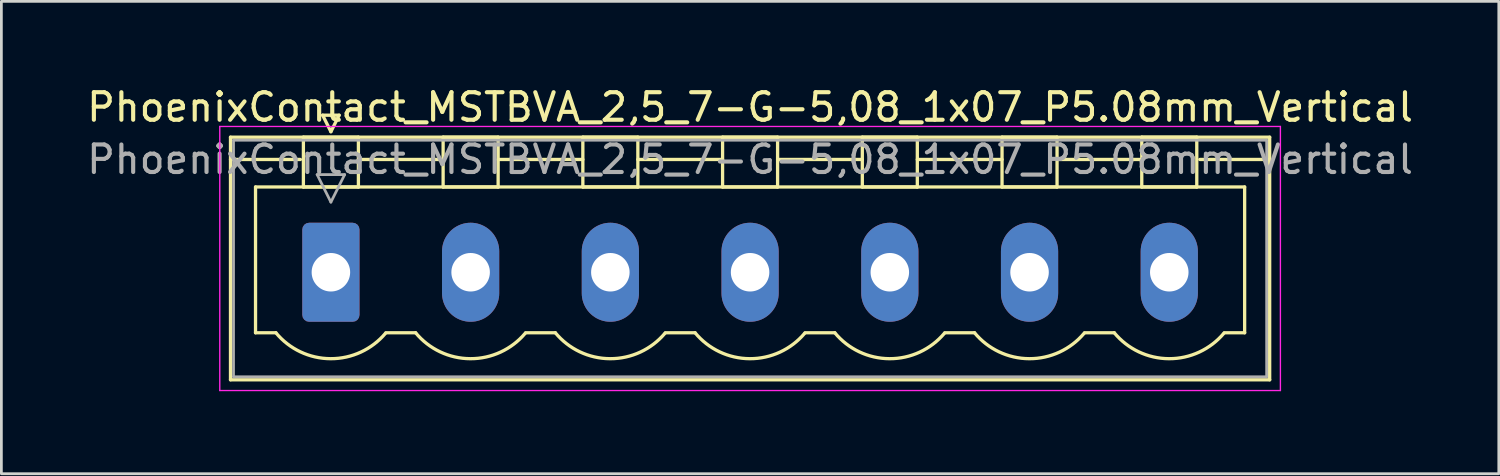
<source format=kicad_pcb>
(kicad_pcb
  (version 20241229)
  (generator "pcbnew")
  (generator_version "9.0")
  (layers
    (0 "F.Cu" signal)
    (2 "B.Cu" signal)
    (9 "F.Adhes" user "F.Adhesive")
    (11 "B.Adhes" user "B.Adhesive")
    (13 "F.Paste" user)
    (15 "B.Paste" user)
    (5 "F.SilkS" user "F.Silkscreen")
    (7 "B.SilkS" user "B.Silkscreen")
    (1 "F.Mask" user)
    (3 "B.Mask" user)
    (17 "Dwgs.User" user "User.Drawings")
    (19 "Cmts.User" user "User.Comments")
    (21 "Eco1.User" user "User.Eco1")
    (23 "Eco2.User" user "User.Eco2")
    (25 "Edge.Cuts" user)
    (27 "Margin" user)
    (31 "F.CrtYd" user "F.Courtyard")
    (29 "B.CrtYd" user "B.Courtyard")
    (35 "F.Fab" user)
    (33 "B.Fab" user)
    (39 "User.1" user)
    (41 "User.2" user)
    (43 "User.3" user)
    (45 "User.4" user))
  (footprint "PhoenixContact_MSTBVA_2,5_7-G-5,08_1x07_P5.08mm_Vertical"
    (layer "F.Cu")
    (at 8.98 6.848)
    (property "Reference" "PhoenixContact_MSTBVA_2,5_7-G-5,08_1x07_P5.08mm_Vertical" (at 15.24 -6 0) (layer "F.SilkS") (effects (font (size 1 1) (thickness 0.15))))
    (attr through_hole)
    (fp_line (start -3.65 -4.91) (end -3.65 3.91) (stroke (width 0.12) (type solid)) (layer "F.SilkS"))
    (fp_line (start -3.65 -4.1) (end -1.11 -4.1) (stroke (width 0.12) (type solid)) (layer "F.SilkS"))
    (fp_line (start -3.65 3.91) (end 34.13 3.91) (stroke (width 0.12) (type solid)) (layer "F.SilkS"))
    (fp_line (start -2.74 -3.1) (end 33.22 -3.1) (stroke (width 0.12) (type solid)) (layer "F.SilkS"))
    (fp_line (start -2.74 2.2) (end -2.74 -3.1) (stroke (width 0.12) (type solid)) (layer "F.SilkS"))
    (fp_line (start -2 2.2) (end -2.74 2.2) (stroke (width 0.12) (type solid)) (layer "F.SilkS"))
    (fp_line (start -1 -4.91) (end 1 -4.91) (stroke (width 0.12) (type solid)) (layer "F.SilkS"))
    (fp_line (start -1 -3.1) (end -1 -4.91) (stroke (width 0.12) (type solid)) (layer "F.SilkS"))
    (fp_line (start -0.3 -5.71) (end 0.3 -5.71) (stroke (width 0.12) (type solid)) (layer "F.SilkS"))
    (fp_line (start 0 -5.11) (end -0.3 -5.71) (stroke (width 0.12) (type solid)) (layer "F.SilkS"))
    (fp_line (start 0.3 -5.71) (end 0 -5.11) (stroke (width 0.12) (type solid)) (layer "F.SilkS"))
    (fp_line (start 1 -4.91) (end 1 -3.1) (stroke (width 0.12) (type solid)) (layer "F.SilkS"))
    (fp_line (start 1 -4.1) (end 4.08 -4.1) (stroke (width 0.12) (type solid)) (layer "F.SilkS"))
    (fp_line (start 1 -3.1) (end -1 -3.1) (stroke (width 0.12) (type solid)) (layer "F.SilkS"))
    (fp_line (start 2 2.2) (end 3.08 2.2) (stroke (width 0.12) (type solid)) (layer "F.SilkS"))
    (fp_line (start 4.08 -4.91) (end 6.08 -4.91) (stroke (width 0.12) (type solid)) (layer "F.SilkS"))
    (fp_line (start 4.08 -3.1) (end 4.08 -4.91) (stroke (width 0.12) (type solid)) (layer "F.SilkS"))
    (fp_line (start 6.08 -4.91) (end 6.08 -3.1) (stroke (width 0.12) (type solid)) (layer "F.SilkS"))
    (fp_line (start 6.08 -4.1) (end 9.16 -4.1) (stroke (width 0.12) (type solid)) (layer "F.SilkS"))
    (fp_line (start 6.08 -3.1) (end 4.08 -3.1) (stroke (width 0.12) (type solid)) (layer "F.SilkS"))
    (fp_line (start 7.08 2.2) (end 8.16 2.2) (stroke (width 0.12) (type solid)) (layer "F.SilkS"))
    (fp_line (start 9.16 -4.91) (end 11.16 -4.91) (stroke (width 0.12) (type solid)) (layer "F.SilkS"))
    (fp_line (start 9.16 -3.1) (end 9.16 -4.91) (stroke (width 0.12) (type solid)) (layer "F.SilkS"))
    (fp_line (start 11.16 -4.91) (end 11.16 -3.1) (stroke (width 0.12) (type solid)) (layer "F.SilkS"))
    (fp_line (start 11.16 -4.1) (end 14.24 -4.1) (stroke (width 0.12) (type solid)) (layer "F.SilkS"))
    (fp_line (start 11.16 -3.1) (end 9.16 -3.1) (stroke (width 0.12) (type solid)) (layer "F.SilkS"))
    (fp_line (start 12.16 2.2) (end 13.24 2.2) (stroke (width 0.12) (type solid)) (layer "F.SilkS"))
    (fp_line (start 14.24 -4.91) (end 16.24 -4.91) (stroke (width 0.12) (type solid)) (layer "F.SilkS"))
    (fp_line (start 14.24 -3.1) (end 14.24 -4.91) (stroke (width 0.12) (type solid)) (layer "F.SilkS"))
    (fp_line (start 16.24 -4.91) (end 16.24 -3.1) (stroke (width 0.12) (type solid)) (layer "F.SilkS"))
    (fp_line (start 16.24 -4.1) (end 19.32 -4.1) (stroke (width 0.12) (type solid)) (layer "F.SilkS"))
    (fp_line (start 16.24 -3.1) (end 14.24 -3.1) (stroke (width 0.12) (type solid)) (layer "F.SilkS"))
    (fp_line (start 17.24 2.2) (end 18.32 2.2) (stroke (width 0.12) (type solid)) (layer "F.SilkS"))
    (fp_line (start 19.32 -4.91) (end 21.32 -4.91) (stroke (width 0.12) (type solid)) (layer "F.SilkS"))
    (fp_line (start 19.32 -3.1) (end 19.32 -4.91) (stroke (width 0.12) (type solid)) (layer "F.SilkS"))
    (fp_line (start 21.32 -4.91) (end 21.32 -3.1) (stroke (width 0.12) (type solid)) (layer "F.SilkS"))
    (fp_line (start 21.32 -4.1) (end 24.4 -4.1) (stroke (width 0.12) (type solid)) (layer "F.SilkS"))
    (fp_line (start 21.32 -3.1) (end 19.32 -3.1) (stroke (width 0.12) (type solid)) (layer "F.SilkS"))
    (fp_line (start 22.32 2.2) (end 23.4 2.2) (stroke (width 0.12) (type solid)) (layer "F.SilkS"))
    (fp_line (start 24.4 -4.91) (end 26.4 -4.91) (stroke (width 0.12) (type solid)) (layer "F.SilkS"))
    (fp_line (start 24.4 -3.1) (end 24.4 -4.91) (stroke (width 0.12) (type solid)) (layer "F.SilkS"))
    (fp_line (start 26.4 -4.91) (end 26.4 -3.1) (stroke (width 0.12) (type solid)) (layer "F.SilkS"))
    (fp_line (start 26.4 -4.1) (end 29.48 -4.1) (stroke (width 0.12) (type solid)) (layer "F.SilkS"))
    (fp_line (start 26.4 -3.1) (end 24.4 -3.1) (stroke (width 0.12) (type solid)) (layer "F.SilkS"))
    (fp_line (start 27.4 2.2) (end 28.48 2.2) (stroke (width 0.12) (type solid)) (layer "F.SilkS"))
    (fp_line (start 29.48 -4.91) (end 31.48 -4.91) (stroke (width 0.12) (type solid)) (layer "F.SilkS"))
    (fp_line (start 29.48 -3.1) (end 29.48 -4.91) (stroke (width 0.12) (type solid)) (layer "F.SilkS"))
    (fp_line (start 31.48 -4.91) (end 31.48 -3.1) (stroke (width 0.12) (type solid)) (layer "F.SilkS"))
    (fp_line (start 31.48 -3.1) (end 29.48 -3.1) (stroke (width 0.12) (type solid)) (layer "F.SilkS"))
    (fp_line (start 33.22 -3.1) (end 33.22 2.2) (stroke (width 0.12) (type solid)) (layer "F.SilkS"))
    (fp_line (start 33.22 2.2) (end 32.48 2.2) (stroke (width 0.12) (type solid)) (layer "F.SilkS"))
    (fp_line (start 34.13 -4.91) (end -3.65 -4.91) (stroke (width 0.12) (type solid)) (layer "F.SilkS"))
    (fp_line (start 34.13 -4.1) (end 31.59 -4.1) (stroke (width 0.12) (type solid)) (layer "F.SilkS"))
    (fp_line (start 34.13 3.91) (end 34.13 -4.91) (stroke (width 0.12) (type solid)) (layer "F.SilkS"))
    (fp_arc (start 1.986842 2.215821) (mid -0.010289 3.142758) (end -2 2.2) (stroke (width 0.12) (type solid)) (layer "F.SilkS"))
    (fp_arc (start 7.066842 2.215821) (mid 5.069711 3.142758) (end 3.08 2.2) (stroke (width 0.12) (type solid)) (layer "F.SilkS"))
    (fp_arc (start 12.146842 2.215821) (mid 10.149711 3.142758) (end 8.16 2.2) (stroke (width 0.12) (type solid)) (layer "F.SilkS"))
    (fp_arc (start 17.226842 2.215821) (mid 15.229711 3.142758) (end 13.24 2.2) (stroke (width 0.12) (type solid)) (layer "F.SilkS"))
    (fp_arc (start 22.306842 2.215821) (mid 20.309711 3.142758) (end 18.32 2.2) (stroke (width 0.12) (type solid)) (layer "F.SilkS"))
    (fp_arc (start 27.386842 2.215821) (mid 25.389711 3.142758) (end 23.4 2.2) (stroke (width 0.12) (type solid)) (layer "F.SilkS"))
    (fp_arc (start 32.466842 2.215821) (mid 30.469711 3.142758) (end 28.48 2.2) (stroke (width 0.12) (type solid)) (layer "F.SilkS"))
    (fp_line (start -4.04 -5.3) (end -4.04 4.3) (stroke (width 0.05) (type solid)) (layer "F.CrtYd"))
    (fp_line (start -4.04 4.3) (end 34.52 4.3) (stroke (width 0.05) (type solid)) (layer "F.CrtYd"))
    (fp_line (start 34.52 -5.3) (end -4.04 -5.3) (stroke (width 0.05) (type solid)) (layer "F.CrtYd"))
    (fp_line (start 34.52 4.3) (end 34.52 -5.3) (stroke (width 0.05) (type solid)) (layer "F.CrtYd"))
    (fp_line (start -3.54 -4.8) (end -3.54 3.8) (stroke (width 0.1) (type solid)) (layer "F.Fab"))
    (fp_line (start -3.54 3.8) (end 34.02 3.8) (stroke (width 0.1) (type solid)) (layer "F.Fab"))
    (fp_line (start -0.5 -3.55) (end 0.5 -3.55) (stroke (width 0.1) (type solid)) (layer "F.Fab"))
    (fp_line (start 0 -2.55) (end -0.5 -3.55) (stroke (width 0.1) (type solid)) (layer "F.Fab"))
    (fp_line (start 0.5 -3.55) (end 0 -2.55) (stroke (width 0.1) (type solid)) (layer "F.Fab"))
    (fp_line (start 34.02 -4.8) (end -3.54 -4.8) (stroke (width 0.1) (type solid)) (layer "F.Fab"))
    (fp_line (start 34.02 3.8) (end 34.02 -4.8) (stroke (width 0.1) (type solid)) (layer "F.Fab"))
    (fp_text user "${REFERENCE}" (at 15.24 -4.1 0) (layer "F.Fab") (effects (font (size 1 1) (thickness 0.15))))
    (pad "1" thru_hole roundrect (at 0 0) (size 2.08 3.6) (drill 1.4) (layers "*.Cu" "*.Mask") (roundrect_rratio 0.12))
    (pad "2" thru_hole oval (at 5.08 0) (size 2.08 3.6) (drill 1.4) (layers "*.Cu" "*.Mask"))
    (pad "3" thru_hole oval (at 10.16 0) (size 2.08 3.6) (drill 1.4) (layers "*.Cu" "*.Mask"))
    (pad "4" thru_hole oval (at 15.24 0) (size 2.08 3.6) (drill 1.4) (layers "*.Cu" "*.Mask"))
    (pad "5" thru_hole oval (at 20.32 0) (size 2.08 3.6) (drill 1.4) (layers "*.Cu" "*.Mask"))
    (pad "6" thru_hole oval (at 25.4 0) (size 2.08 3.6) (drill 1.4) (layers "*.Cu" "*.Mask"))
    (pad "7" thru_hole oval (at 30.48 0) (size 2.08 3.6) (drill 1.4) (layers "*.Cu" "*.Mask")))
  (gr_rect
    (start -3 -3)
    (end 51.44 14.173)
    (stroke (width 0.1) (type default))
    (fill no)
    (layer "Edge.Cuts")))
</source>
